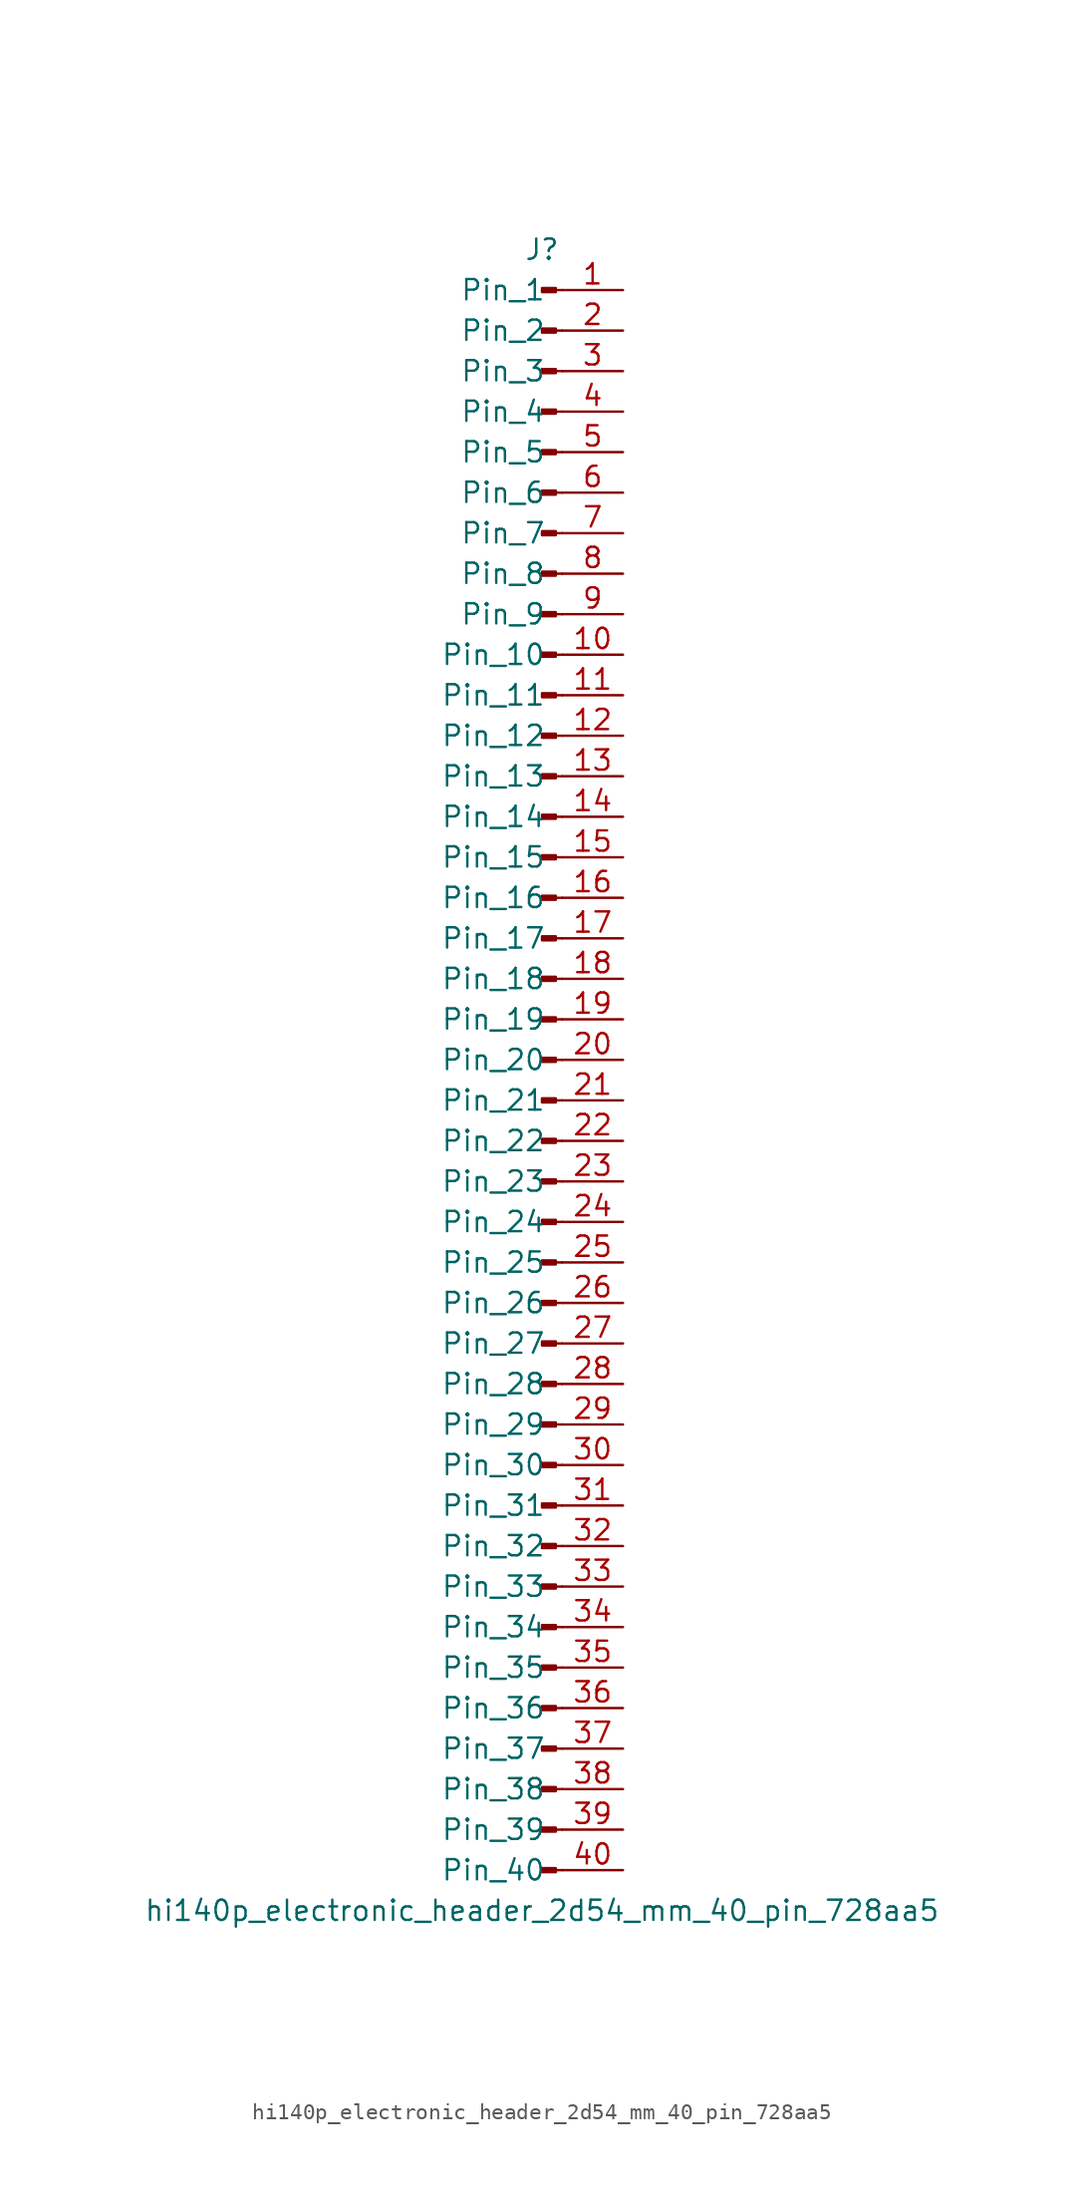
<source format=kicad_sym>
(kicad_symbol_lib
  (version 20220914)
  (generator kicad_symbol_editor)
  (symbol "hi140p_electronic_header_2d54_mm_40_pin_728aa5"
    (pin_names
      (offset 1.016))
    (property "Reference" "J"
      (at 0 50.8 0)
      (effects (font (size 1.27 1.27))))
    (property "Value" "hi140p_electronic_header_2d54_mm_40_pin_728aa5"
      (at 0 -53.34 0)
      (effects (font (size 1.27 1.27))))
    (property "ki_locked" ""
      (at 0 0 0)
      (effects (font (size 1.27 1.27))))
    (symbol "hi140p_electronic_header_2d54_mm_40_pin_728aa5_1_1"
      (polyline (pts (xy 1.27 -50.8) (xy 0.864 -50.8)) (stroke (width 0.152) (type default)) (fill (type none)))
      (polyline (pts (xy 1.27 -48.26) (xy 0.864 -48.26)) (stroke (width 0.152) (type default)) (fill (type none)))
      (polyline (pts (xy 1.27 -45.72) (xy 0.864 -45.72)) (stroke (width 0.152) (type default)) (fill (type none)))
      (polyline (pts (xy 1.27 -43.18) (xy 0.864 -43.18)) (stroke (width 0.152) (type default)) (fill (type none)))
      (polyline (pts (xy 1.27 -40.64) (xy 0.864 -40.64)) (stroke (width 0.152) (type default)) (fill (type none)))
      (polyline (pts (xy 1.27 -38.1) (xy 0.864 -38.1)) (stroke (width 0.152) (type default)) (fill (type none)))
      (polyline (pts (xy 1.27 -35.56) (xy 0.864 -35.56)) (stroke (width 0.152) (type default)) (fill (type none)))
      (polyline (pts (xy 1.27 -33.02) (xy 0.864 -33.02)) (stroke (width 0.152) (type default)) (fill (type none)))
      (polyline (pts (xy 1.27 -30.48) (xy 0.864 -30.48)) (stroke (width 0.152) (type default)) (fill (type none)))
      (polyline (pts (xy 1.27 -27.94) (xy 0.864 -27.94)) (stroke (width 0.152) (type default)) (fill (type none)))
      (polyline (pts (xy 1.27 -25.4) (xy 0.864 -25.4)) (stroke (width 0.152) (type default)) (fill (type none)))
      (polyline (pts (xy 1.27 -22.86) (xy 0.864 -22.86)) (stroke (width 0.152) (type default)) (fill (type none)))
      (polyline (pts (xy 1.27 -20.32) (xy 0.864 -20.32)) (stroke (width 0.152) (type default)) (fill (type none)))
      (polyline (pts (xy 1.27 -17.78) (xy 0.864 -17.78)) (stroke (width 0.152) (type default)) (fill (type none)))
      (polyline (pts (xy 1.27 -15.24) (xy 0.864 -15.24)) (stroke (width 0.152) (type default)) (fill (type none)))
      (polyline (pts (xy 1.27 -12.7) (xy 0.864 -12.7)) (stroke (width 0.152) (type default)) (fill (type none)))
      (polyline (pts (xy 1.27 -10.16) (xy 0.864 -10.16)) (stroke (width 0.152) (type default)) (fill (type none)))
      (polyline (pts (xy 1.27 -7.62) (xy 0.864 -7.62)) (stroke (width 0.152) (type default)) (fill (type none)))
      (polyline (pts (xy 1.27 -5.08) (xy 0.864 -5.08)) (stroke (width 0.152) (type default)) (fill (type none)))
      (polyline (pts (xy 1.27 -2.54) (xy 0.864 -2.54)) (stroke (width 0.152) (type default)) (fill (type none)))
      (polyline (pts (xy 1.27 0) (xy 0.864 0)) (stroke (width 0.152) (type default)) (fill (type none)))
      (polyline (pts (xy 1.27 2.54) (xy 0.864 2.54)) (stroke (width 0.152) (type default)) (fill (type none)))
      (polyline (pts (xy 1.27 5.08) (xy 0.864 5.08)) (stroke (width 0.152) (type default)) (fill (type none)))
      (polyline (pts (xy 1.27 7.62) (xy 0.864 7.62)) (stroke (width 0.152) (type default)) (fill (type none)))
      (polyline (pts (xy 1.27 10.16) (xy 0.864 10.16)) (stroke (width 0.152) (type default)) (fill (type none)))
      (polyline (pts (xy 1.27 12.7) (xy 0.864 12.7)) (stroke (width 0.152) (type default)) (fill (type none)))
      (polyline (pts (xy 1.27 15.24) (xy 0.864 15.24)) (stroke (width 0.152) (type default)) (fill (type none)))
      (polyline (pts (xy 1.27 17.78) (xy 0.864 17.78)) (stroke (width 0.152) (type default)) (fill (type none)))
      (polyline (pts (xy 1.27 20.32) (xy 0.864 20.32)) (stroke (width 0.152) (type default)) (fill (type none)))
      (polyline (pts (xy 1.27 22.86) (xy 0.864 22.86)) (stroke (width 0.152) (type default)) (fill (type none)))
      (polyline (pts (xy 1.27 25.4) (xy 0.864 25.4)) (stroke (width 0.152) (type default)) (fill (type none)))
      (polyline (pts (xy 1.27 27.94) (xy 0.864 27.94)) (stroke (width 0.152) (type default)) (fill (type none)))
      (polyline (pts (xy 1.27 30.48) (xy 0.864 30.48)) (stroke (width 0.152) (type default)) (fill (type none)))
      (polyline (pts (xy 1.27 33.02) (xy 0.864 33.02)) (stroke (width 0.152) (type default)) (fill (type none)))
      (polyline (pts (xy 1.27 35.56) (xy 0.864 35.56)) (stroke (width 0.152) (type default)) (fill (type none)))
      (polyline (pts (xy 1.27 38.1) (xy 0.864 38.1)) (stroke (width 0.152) (type default)) (fill (type none)))
      (polyline (pts (xy 1.27 40.64) (xy 0.864 40.64)) (stroke (width 0.152) (type default)) (fill (type none)))
      (polyline (pts (xy 1.27 43.18) (xy 0.864 43.18)) (stroke (width 0.152) (type default)) (fill (type none)))
      (polyline (pts (xy 1.27 45.72) (xy 0.864 45.72)) (stroke (width 0.152) (type default)) (fill (type none)))
      (polyline (pts (xy 1.27 48.26) (xy 0.864 48.26)) (stroke (width 0.152) (type default)) (fill (type none)))
      (rectangle (start 0.864 -50.673) (end 0 -50.927) (stroke (width 0.152) (type default)) (fill (type outline)))
      (rectangle (start 0.864 -48.133) (end 0 -48.387) (stroke (width 0.152) (type default)) (fill (type outline)))
      (rectangle (start 0.864 -45.593) (end 0 -45.847) (stroke (width 0.152) (type default)) (fill (type outline)))
      (rectangle (start 0.864 -43.053) (end 0 -43.307) (stroke (width 0.152) (type default)) (fill (type outline)))
      (rectangle (start 0.864 -40.513) (end 0 -40.767) (stroke (width 0.152) (type default)) (fill (type outline)))
      (rectangle (start 0.864 -37.973) (end 0 -38.227) (stroke (width 0.152) (type default)) (fill (type outline)))
      (rectangle (start 0.864 -35.433) (end 0 -35.687) (stroke (width 0.152) (type default)) (fill (type outline)))
      (rectangle (start 0.864 -32.893) (end 0 -33.147) (stroke (width 0.152) (type default)) (fill (type outline)))
      (rectangle (start 0.864 -30.353) (end 0 -30.607) (stroke (width 0.152) (type default)) (fill (type outline)))
      (rectangle (start 0.864 -27.813) (end 0 -28.067) (stroke (width 0.152) (type default)) (fill (type outline)))
      (rectangle (start 0.864 -25.273) (end 0 -25.527) (stroke (width 0.152) (type default)) (fill (type outline)))
      (rectangle (start 0.864 -22.733) (end 0 -22.987) (stroke (width 0.152) (type default)) (fill (type outline)))
      (rectangle (start 0.864 -20.193) (end 0 -20.447) (stroke (width 0.152) (type default)) (fill (type outline)))
      (rectangle (start 0.864 -17.653) (end 0 -17.907) (stroke (width 0.152) (type default)) (fill (type outline)))
      (rectangle (start 0.864 -15.113) (end 0 -15.367) (stroke (width 0.152) (type default)) (fill (type outline)))
      (rectangle (start 0.864 -12.573) (end 0 -12.827) (stroke (width 0.152) (type default)) (fill (type outline)))
      (rectangle (start 0.864 -10.033) (end 0 -10.287) (stroke (width 0.152) (type default)) (fill (type outline)))
      (rectangle (start 0.864 -7.493) (end 0 -7.747) (stroke (width 0.152) (type default)) (fill (type outline)))
      (rectangle (start 0.864 -4.953) (end 0 -5.207) (stroke (width 0.152) (type default)) (fill (type outline)))
      (rectangle (start 0.864 -2.413) (end 0 -2.667) (stroke (width 0.152) (type default)) (fill (type outline)))
      (rectangle (start 0.864 0.127) (end 0 -0.127) (stroke (width 0.152) (type default)) (fill (type outline)))
      (rectangle (start 0.864 2.667) (end 0 2.413) (stroke (width 0.152) (type default)) (fill (type outline)))
      (rectangle (start 0.864 5.207) (end 0 4.953) (stroke (width 0.152) (type default)) (fill (type outline)))
      (rectangle (start 0.864 7.747) (end 0 7.493) (stroke (width 0.152) (type default)) (fill (type outline)))
      (rectangle (start 0.864 10.287) (end 0 10.033) (stroke (width 0.152) (type default)) (fill (type outline)))
      (rectangle (start 0.864 12.827) (end 0 12.573) (stroke (width 0.152) (type default)) (fill (type outline)))
      (rectangle (start 0.864 15.367) (end 0 15.113) (stroke (width 0.152) (type default)) (fill (type outline)))
      (rectangle (start 0.864 17.907) (end 0 17.653) (stroke (width 0.152) (type default)) (fill (type outline)))
      (rectangle (start 0.864 20.447) (end 0 20.193) (stroke (width 0.152) (type default)) (fill (type outline)))
      (rectangle (start 0.864 22.987) (end 0 22.733) (stroke (width 0.152) (type default)) (fill (type outline)))
      (rectangle (start 0.864 25.527) (end 0 25.273) (stroke (width 0.152) (type default)) (fill (type outline)))
      (rectangle (start 0.864 28.067) (end 0 27.813) (stroke (width 0.152) (type default)) (fill (type outline)))
      (rectangle (start 0.864 30.607) (end 0 30.353) (stroke (width 0.152) (type default)) (fill (type outline)))
      (rectangle (start 0.864 33.147) (end 0 32.893) (stroke (width 0.152) (type default)) (fill (type outline)))
      (rectangle (start 0.864 35.687) (end 0 35.433) (stroke (width 0.152) (type default)) (fill (type outline)))
      (rectangle (start 0.864 38.227) (end 0 37.973) (stroke (width 0.152) (type default)) (fill (type outline)))
      (rectangle (start 0.864 40.767) (end 0 40.513) (stroke (width 0.152) (type default)) (fill (type outline)))
      (rectangle (start 0.864 43.307) (end 0 43.053) (stroke (width 0.152) (type default)) (fill (type outline)))
      (rectangle (start 0.864 45.847) (end 0 45.593) (stroke (width 0.152) (type default)) (fill (type outline)))
      (rectangle (start 0.864 48.387) (end 0 48.133) (stroke (width 0.152) (type default)) (fill (type outline)))
      (pin passive line (at 5.08 48.26 180) (length 3.81) (name "Pin_1" (effects (font (size 1.27 1.27)))) (number "1" (effects (font (size 1.27 1.27)))))
      (pin passive line (at 5.08 25.4 180) (length 3.81) (name "Pin_10" (effects (font (size 1.27 1.27)))) (number "10" (effects (font (size 1.27 1.27)))))
      (pin passive line (at 5.08 22.86 180) (length 3.81) (name "Pin_11" (effects (font (size 1.27 1.27)))) (number "11" (effects (font (size 1.27 1.27)))))
      (pin passive line (at 5.08 20.32 180) (length 3.81) (name "Pin_12" (effects (font (size 1.27 1.27)))) (number "12" (effects (font (size 1.27 1.27)))))
      (pin passive line (at 5.08 17.78 180) (length 3.81) (name "Pin_13" (effects (font (size 1.27 1.27)))) (number "13" (effects (font (size 1.27 1.27)))))
      (pin passive line (at 5.08 15.24 180) (length 3.81) (name "Pin_14" (effects (font (size 1.27 1.27)))) (number "14" (effects (font (size 1.27 1.27)))))
      (pin passive line (at 5.08 12.7 180) (length 3.81) (name "Pin_15" (effects (font (size 1.27 1.27)))) (number "15" (effects (font (size 1.27 1.27)))))
      (pin passive line (at 5.08 10.16 180) (length 3.81) (name "Pin_16" (effects (font (size 1.27 1.27)))) (number "16" (effects (font (size 1.27 1.27)))))
      (pin passive line (at 5.08 7.62 180) (length 3.81) (name "Pin_17" (effects (font (size 1.27 1.27)))) (number "17" (effects (font (size 1.27 1.27)))))
      (pin passive line (at 5.08 5.08 180) (length 3.81) (name "Pin_18" (effects (font (size 1.27 1.27)))) (number "18" (effects (font (size 1.27 1.27)))))
      (pin passive line (at 5.08 2.54 180) (length 3.81) (name "Pin_19" (effects (font (size 1.27 1.27)))) (number "19" (effects (font (size 1.27 1.27)))))
      (pin passive line (at 5.08 45.72 180) (length 3.81) (name "Pin_2" (effects (font (size 1.27 1.27)))) (number "2" (effects (font (size 1.27 1.27)))))
      (pin passive line (at 5.08 0 180) (length 3.81) (name "Pin_20" (effects (font (size 1.27 1.27)))) (number "20" (effects (font (size 1.27 1.27)))))
      (pin passive line (at 5.08 -2.54 180) (length 3.81) (name "Pin_21" (effects (font (size 1.27 1.27)))) (number "21" (effects (font (size 1.27 1.27)))))
      (pin passive line (at 5.08 -5.08 180) (length 3.81) (name "Pin_22" (effects (font (size 1.27 1.27)))) (number "22" (effects (font (size 1.27 1.27)))))
      (pin passive line (at 5.08 -7.62 180) (length 3.81) (name "Pin_23" (effects (font (size 1.27 1.27)))) (number "23" (effects (font (size 1.27 1.27)))))
      (pin passive line (at 5.08 -10.16 180) (length 3.81) (name "Pin_24" (effects (font (size 1.27 1.27)))) (number "24" (effects (font (size 1.27 1.27)))))
      (pin passive line (at 5.08 -12.7 180) (length 3.81) (name "Pin_25" (effects (font (size 1.27 1.27)))) (number "25" (effects (font (size 1.27 1.27)))))
      (pin passive line (at 5.08 -15.24 180) (length 3.81) (name "Pin_26" (effects (font (size 1.27 1.27)))) (number "26" (effects (font (size 1.27 1.27)))))
      (pin passive line (at 5.08 -17.78 180) (length 3.81) (name "Pin_27" (effects (font (size 1.27 1.27)))) (number "27" (effects (font (size 1.27 1.27)))))
      (pin passive line (at 5.08 -20.32 180) (length 3.81) (name "Pin_28" (effects (font (size 1.27 1.27)))) (number "28" (effects (font (size 1.27 1.27)))))
      (pin passive line (at 5.08 -22.86 180) (length 3.81) (name "Pin_29" (effects (font (size 1.27 1.27)))) (number "29" (effects (font (size 1.27 1.27)))))
      (pin passive line (at 5.08 43.18 180) (length 3.81) (name "Pin_3" (effects (font (size 1.27 1.27)))) (number "3" (effects (font (size 1.27 1.27)))))
      (pin passive line (at 5.08 -25.4 180) (length 3.81) (name "Pin_30" (effects (font (size 1.27 1.27)))) (number "30" (effects (font (size 1.27 1.27)))))
      (pin passive line (at 5.08 -27.94 180) (length 3.81) (name "Pin_31" (effects (font (size 1.27 1.27)))) (number "31" (effects (font (size 1.27 1.27)))))
      (pin passive line (at 5.08 -30.48 180) (length 3.81) (name "Pin_32" (effects (font (size 1.27 1.27)))) (number "32" (effects (font (size 1.27 1.27)))))
      (pin passive line (at 5.08 -33.02 180) (length 3.81) (name "Pin_33" (effects (font (size 1.27 1.27)))) (number "33" (effects (font (size 1.27 1.27)))))
      (pin passive line (at 5.08 -35.56 180) (length 3.81) (name "Pin_34" (effects (font (size 1.27 1.27)))) (number "34" (effects (font (size 1.27 1.27)))))
      (pin passive line (at 5.08 -38.1 180) (length 3.81) (name "Pin_35" (effects (font (size 1.27 1.27)))) (number "35" (effects (font (size 1.27 1.27)))))
      (pin passive line (at 5.08 -40.64 180) (length 3.81) (name "Pin_36" (effects (font (size 1.27 1.27)))) (number "36" (effects (font (size 1.27 1.27)))))
      (pin passive line (at 5.08 -43.18 180) (length 3.81) (name "Pin_37" (effects (font (size 1.27 1.27)))) (number "37" (effects (font (size 1.27 1.27)))))
      (pin passive line (at 5.08 -45.72 180) (length 3.81) (name "Pin_38" (effects (font (size 1.27 1.27)))) (number "38" (effects (font (size 1.27 1.27)))))
      (pin passive line (at 5.08 -48.26 180) (length 3.81) (name "Pin_39" (effects (font (size 1.27 1.27)))) (number "39" (effects (font (size 1.27 1.27)))))
      (pin passive line (at 5.08 40.64 180) (length 3.81) (name "Pin_4" (effects (font (size 1.27 1.27)))) (number "4" (effects (font (size 1.27 1.27)))))
      (pin passive line (at 5.08 -50.8 180) (length 3.81) (name "Pin_40" (effects (font (size 1.27 1.27)))) (number "40" (effects (font (size 1.27 1.27)))))
      (pin passive line (at 5.08 38.1 180) (length 3.81) (name "Pin_5" (effects (font (size 1.27 1.27)))) (number "5" (effects (font (size 1.27 1.27)))))
      (pin passive line (at 5.08 35.56 180) (length 3.81) (name "Pin_6" (effects (font (size 1.27 1.27)))) (number "6" (effects (font (size 1.27 1.27)))))
      (pin passive line (at 5.08 33.02 180) (length 3.81) (name "Pin_7" (effects (font (size 1.27 1.27)))) (number "7" (effects (font (size 1.27 1.27)))))
      (pin passive line (at 5.08 30.48 180) (length 3.81) (name "Pin_8" (effects (font (size 1.27 1.27)))) (number "8" (effects (font (size 1.27 1.27)))))
      (pin passive line (at 5.08 27.94 180) (length 3.81) (name "Pin_9" (effects (font (size 1.27 1.27)))) (number "9" (effects (font (size 1.27 1.27))))))))
</source>
